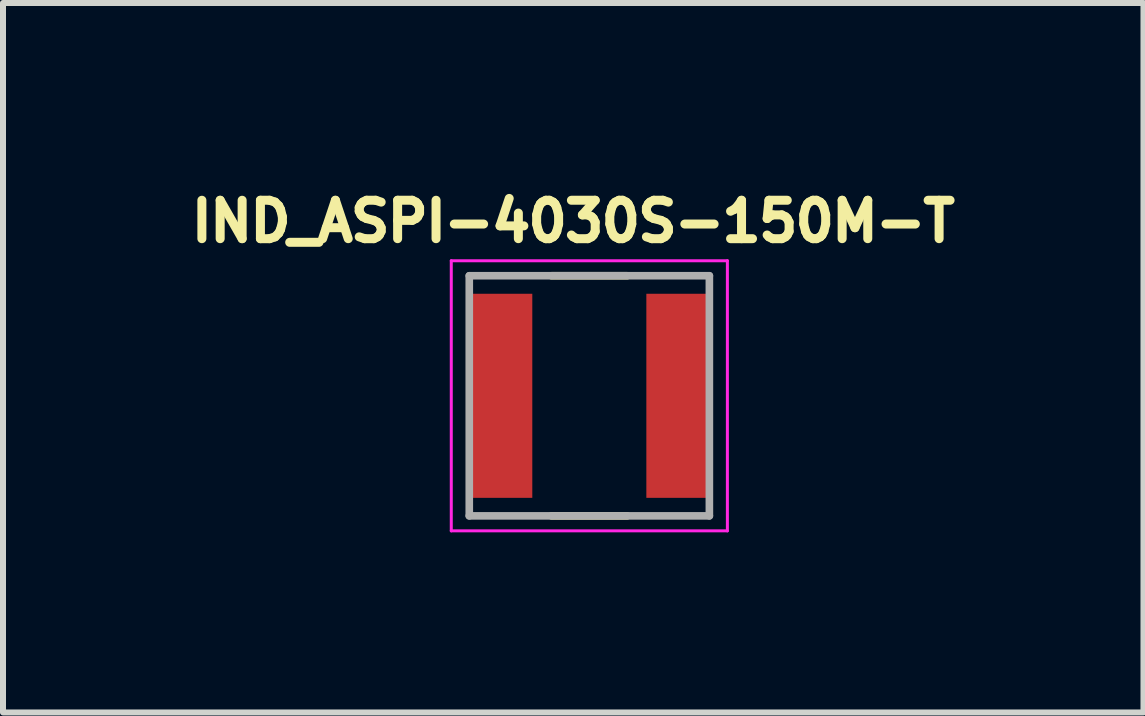
<source format=kicad_pcb>
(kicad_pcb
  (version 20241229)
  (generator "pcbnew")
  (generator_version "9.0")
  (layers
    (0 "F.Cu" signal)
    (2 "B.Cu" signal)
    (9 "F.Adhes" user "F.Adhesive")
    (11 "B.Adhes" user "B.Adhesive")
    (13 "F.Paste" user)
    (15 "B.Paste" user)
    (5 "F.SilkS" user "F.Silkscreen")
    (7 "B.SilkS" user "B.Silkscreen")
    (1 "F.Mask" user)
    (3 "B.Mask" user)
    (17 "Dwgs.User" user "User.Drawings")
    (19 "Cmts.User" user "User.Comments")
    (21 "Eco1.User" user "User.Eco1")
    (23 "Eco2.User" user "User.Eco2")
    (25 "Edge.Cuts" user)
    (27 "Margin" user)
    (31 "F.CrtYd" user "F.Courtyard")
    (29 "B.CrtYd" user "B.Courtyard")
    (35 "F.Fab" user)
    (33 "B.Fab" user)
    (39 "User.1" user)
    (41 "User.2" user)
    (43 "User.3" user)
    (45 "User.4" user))
  (footprint "IND_ASPI-4030S-150M-T"
    (layer "F.Cu")
    (at 6.768 3.544)
    (property "Reference" "IND_ASPI-4030S-150M-T" (at -0.268 -2.906 0) (layer "F.SilkS") (effects (font (size 0.64 0.64) (thickness 0.15))))
    (attr smd)
    (fp_line (start -0.63 -2) (end 0.63 -2) (stroke (width 0.127) (type solid)) (layer "F.SilkS"))
    (fp_line (start -0.63 2) (end 0.63 2) (stroke (width 0.127) (type solid)) (layer "F.SilkS"))
    (fp_line (start -2.3 -2.25) (end -2.3 2.25) (stroke (width 0.05) (type solid)) (layer "F.CrtYd"))
    (fp_line (start -2.3 2.25) (end 2.3 2.25) (stroke (width 0.05) (type solid)) (layer "F.CrtYd"))
    (fp_line (start 2.3 -2.25) (end -2.3 -2.25) (stroke (width 0.05) (type solid)) (layer "F.CrtYd"))
    (fp_line (start 2.3 2.25) (end 2.3 -2.25) (stroke (width 0.05) (type solid)) (layer "F.CrtYd"))
    (fp_line (start -2 -2) (end -2 2) (stroke (width 0.127) (type solid)) (layer "F.Fab"))
    (fp_line (start -2 -2) (end 2 -2) (stroke (width 0.127) (type solid)) (layer "F.Fab"))
    (fp_line (start -2 2) (end 2 2) (stroke (width 0.127) (type solid)) (layer "F.Fab"))
    (fp_line (start 2 -2) (end 2 2) (stroke (width 0.127) (type solid)) (layer "F.Fab"))
    (pad "1" smd rect (at -1.5 0) (size 1.1 3.4) (layers "F.Cu" "F.Mask" "F.Paste"))
    (pad "2" smd rect (at 1.5 0) (size 1.1 3.4) (layers "F.Cu" "F.Mask" "F.Paste")))
  (gr_rect
    (start -3 -3)
    (end 16 8.819)
    (stroke (width 0.1) (type default))
    (fill no)
    (layer "Edge.Cuts")))
</source>
